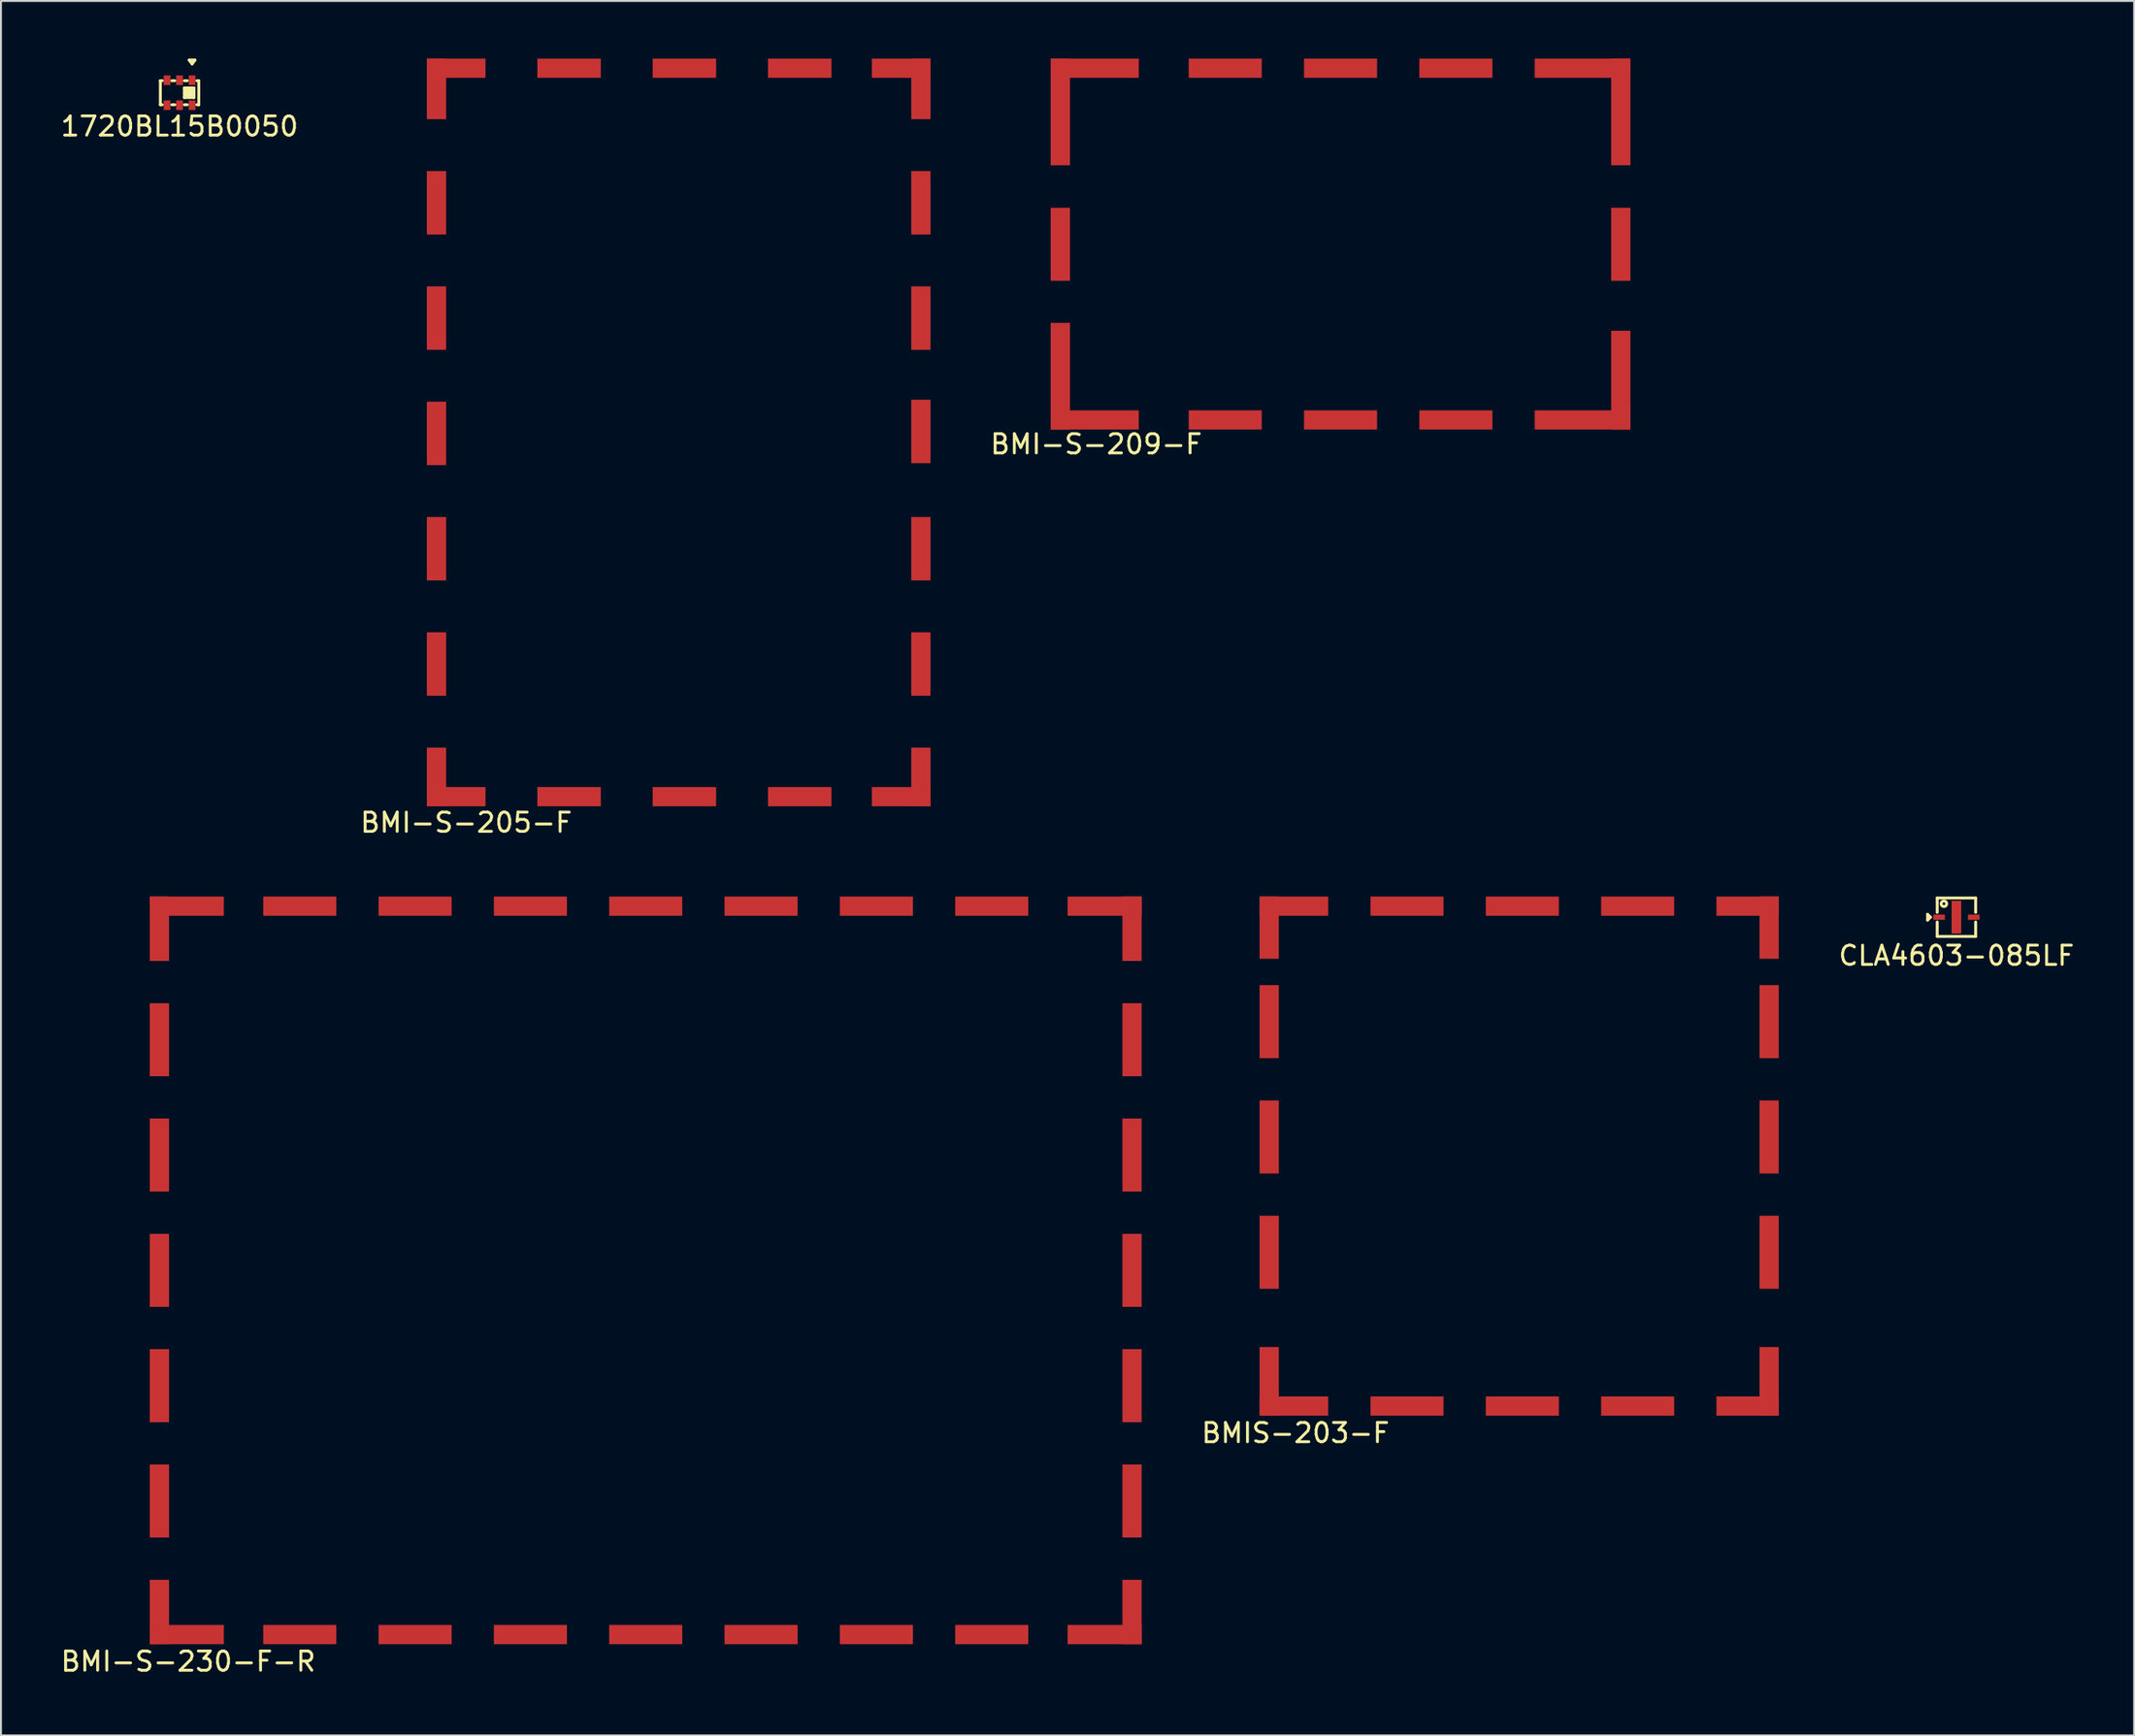
<source format=kicad_pcb>
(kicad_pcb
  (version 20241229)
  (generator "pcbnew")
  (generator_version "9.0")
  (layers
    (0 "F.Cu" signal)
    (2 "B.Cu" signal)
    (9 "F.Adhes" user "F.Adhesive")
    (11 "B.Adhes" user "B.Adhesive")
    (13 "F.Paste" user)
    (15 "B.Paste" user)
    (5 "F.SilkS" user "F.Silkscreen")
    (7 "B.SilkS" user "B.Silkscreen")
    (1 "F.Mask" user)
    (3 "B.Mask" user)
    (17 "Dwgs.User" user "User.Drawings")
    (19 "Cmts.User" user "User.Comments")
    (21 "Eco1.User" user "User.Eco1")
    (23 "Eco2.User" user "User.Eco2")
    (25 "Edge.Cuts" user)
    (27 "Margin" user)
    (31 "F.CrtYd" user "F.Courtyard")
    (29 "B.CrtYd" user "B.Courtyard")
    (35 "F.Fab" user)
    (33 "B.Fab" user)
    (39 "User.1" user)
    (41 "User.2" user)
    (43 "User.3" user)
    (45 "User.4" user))
  (footprint "BMI-S-230-F-R"
    (layer "F.Cu")
    (at 30.544 63.048)
    (property "Reference" "BMI-S-230-F-R" (at -23.8 20.35 0) (layer "F.SilkS") (effects (font (size 1 1) (thickness 0.15))))
    (attr through_hole)
    (pad "1" smd rect (at -25.3 -17.775 90) (size 3.35 1) (layers "F.Cu" "F.Mask" "F.Paste"))
    (pad "1" smd rect (at -25.3 -12 90) (size 3.8 1) (layers "F.Cu" "F.Mask" "F.Paste"))
    (pad "1" smd rect (at -25.3 -6 90) (size 3.8 1) (layers "F.Cu" "F.Mask" "F.Paste"))
    (pad "1" smd rect (at -25.3 0 90) (size 3.8 1) (layers "F.Cu" "F.Mask" "F.Paste"))
    (pad "1" smd rect (at -25.3 6 90) (size 3.8 1) (layers "F.Cu" "F.Mask" "F.Paste"))
    (pad "1" smd rect (at -25.3 12 90) (size 3.8 1) (layers "F.Cu" "F.Mask" "F.Paste"))
    (pad "1" smd rect (at -25.3 17.775 90) (size 3.35 1) (layers "F.Cu" "F.Mask" "F.Paste"))
    (pad "1" smd rect (at -23.875 -18.95) (size 3.85 1) (layers "F.Cu" "F.Mask" "F.Paste"))
    (pad "1" smd rect (at -23.875 18.95) (size 3.85 1) (layers "F.Cu" "F.Mask" "F.Paste"))
    (pad "1" smd rect (at -18 -18.95) (size 3.8 1) (layers "F.Cu" "F.Mask" "F.Paste"))
    (pad "1" smd rect (at -18 18.95) (size 3.8 1) (layers "F.Cu" "F.Mask" "F.Paste"))
    (pad "1" smd rect (at -12 -18.95) (size 3.8 1) (layers "F.Cu" "F.Mask" "F.Paste"))
    (pad "1" smd rect (at -12 18.95) (size 3.8 1) (layers "F.Cu" "F.Mask" "F.Paste"))
    (pad "1" smd rect (at -6 -18.95) (size 3.8 1) (layers "F.Cu" "F.Mask" "F.Paste"))
    (pad "1" smd rect (at -6 18.95) (size 3.8 1) (layers "F.Cu" "F.Mask" "F.Paste"))
    (pad "1" smd rect (at 0 -18.95) (size 3.8 1) (layers "F.Cu" "F.Mask" "F.Paste"))
    (pad "1" smd rect (at 0 18.95) (size 3.8 1) (layers "F.Cu" "F.Mask" "F.Paste"))
    (pad "1" smd rect (at 6 -18.95) (size 3.8 1) (layers "F.Cu" "F.Mask" "F.Paste"))
    (pad "1" smd rect (at 6 18.95) (size 3.8 1) (layers "F.Cu" "F.Mask" "F.Paste"))
    (pad "1" smd rect (at 12 -18.95) (size 3.8 1) (layers "F.Cu" "F.Mask" "F.Paste"))
    (pad "1" smd rect (at 12 18.95) (size 3.8 1) (layers "F.Cu" "F.Mask" "F.Paste"))
    (pad "1" smd rect (at 18 -18.95) (size 3.8 1) (layers "F.Cu" "F.Mask" "F.Paste"))
    (pad "1" smd rect (at 18 18.95) (size 3.8 1) (layers "F.Cu" "F.Mask" "F.Paste"))
    (pad "1" smd rect (at 23.875 -18.95) (size 3.85 1) (layers "F.Cu" "F.Mask" "F.Paste"))
    (pad "1" smd rect (at 23.875 18.95) (size 3.85 1) (layers "F.Cu" "F.Mask" "F.Paste"))
    (pad "1" smd rect (at 25.3 -17.775 90) (size 3.35 1) (layers "F.Cu" "F.Mask" "F.Paste"))
    (pad "1" smd rect (at 25.3 -12 90) (size 3.8 1) (layers "F.Cu" "F.Mask" "F.Paste"))
    (pad "1" smd rect (at 25.3 -6 90) (size 3.8 1) (layers "F.Cu" "F.Mask" "F.Paste"))
    (pad "1" smd rect (at 25.3 0 90) (size 3.8 1) (layers "F.Cu" "F.Mask" "F.Paste"))
    (pad "1" smd rect (at 25.3 6 90) (size 3.8 1) (layers "F.Cu" "F.Mask" "F.Paste"))
    (pad "1" smd rect (at 25.3 12 90) (size 3.8 1) (layers "F.Cu" "F.Mask" "F.Paste"))
    (pad "1" smd rect (at 25.3 17.775 90) (size 3.35 1) (layers "F.Cu" "F.Mask" "F.Paste")))
  (footprint "BMI-S-205-F"
    (layer "F.Cu")
    (at 32.258 19.45)
    (property "Reference" "BMI-S-205-F" (at -11.05 20.3 0) (layer "F.SilkS") (effects (font (size 1 1) (thickness 0.15))))
    (attr through_hole)
    (pad "1" smd rect (at -12.6 -17.875 90) (size 3.15 1) (layers "F.Cu" "F.Mask" "F.Paste"))
    (pad "1" smd rect (at -12.6 -11.95 90) (size 3.3 1) (layers "F.Cu" "F.Mask" "F.Paste"))
    (pad "1" smd rect (at -12.6 -5.95 90) (size 3.3 1) (layers "F.Cu" "F.Mask" "F.Paste"))
    (pad "1" smd rect (at -12.6 0.05 90) (size 3.3 1) (layers "F.Cu" "F.Mask" "F.Paste"))
    (pad "1" smd rect (at -12.6 6.05 90) (size 3.3 1) (layers "F.Cu" "F.Mask" "F.Paste"))
    (pad "1" smd rect (at -12.6 12.05 90) (size 3.3 1) (layers "F.Cu" "F.Mask" "F.Paste"))
    (pad "1" smd rect (at -12.6 17.925 90) (size 3.05 1) (layers "F.Cu" "F.Mask" "F.Paste"))
    (pad "1" smd rect (at -11.575 -18.95) (size 3.05 1) (layers "F.Cu" "F.Mask" "F.Paste"))
    (pad "1" smd rect (at -11.575 18.95) (size 3.05 1) (layers "F.Cu" "F.Mask" "F.Paste"))
    (pad "1" smd rect (at -5.7 -18.95) (size 3.3 1) (layers "F.Cu" "F.Mask" "F.Paste"))
    (pad "1" smd rect (at -5.7 18.95) (size 3.3 1) (layers "F.Cu" "F.Mask" "F.Paste"))
    (pad "1" smd rect (at 0.3 -18.95) (size 3.3 1) (layers "F.Cu" "F.Mask" "F.Paste"))
    (pad "1" smd rect (at 0.3 18.95) (size 3.3 1) (layers "F.Cu" "F.Mask" "F.Paste"))
    (pad "1" smd rect (at 6.3 -18.95) (size 3.3 1) (layers "F.Cu" "F.Mask" "F.Paste"))
    (pad "1" smd rect (at 6.3 18.95) (size 3.3 1) (layers "F.Cu" "F.Mask" "F.Paste"))
    (pad "1" smd rect (at 11.575 -18.95) (size 3.05 1) (layers "F.Cu" "F.Mask" "F.Paste"))
    (pad "1" smd rect (at 11.575 18.95) (size 3.05 1) (layers "F.Cu" "F.Mask" "F.Paste"))
    (pad "1" smd rect (at 12.6 -17.875 90) (size 3.15 1) (layers "F.Cu" "F.Mask" "F.Paste"))
    (pad "1" smd rect (at 12.6 -11.95 90) (size 3.3 1) (layers "F.Cu" "F.Mask" "F.Paste"))
    (pad "1" smd rect (at 12.6 -5.95 90) (size 3.3 1) (layers "F.Cu" "F.Mask" "F.Paste"))
    (pad "1" smd rect (at 12.6 -0.05 90) (size 3.3 1) (layers "F.Cu" "F.Mask" "F.Paste"))
    (pad "1" smd rect (at 12.6 6.05 90) (size 3.3 1) (layers "F.Cu" "F.Mask" "F.Paste"))
    (pad "1" smd rect (at 12.6 12.05 90) (size 3.3 1) (layers "F.Cu" "F.Mask" "F.Paste"))
    (pad "1" smd rect (at 12.6 17.925 90) (size 3.05 1) (layers "F.Cu" "F.Mask" "F.Paste")))
  (footprint "BMIS-203-F"
    (layer "F.Cu")
    (at 76.15 56.108)
    (property "Reference" "BMIS-203-F" (at -11.8 15.4 0) (layer "F.SilkS") (effects (font (size 1 1) (thickness 0.15))))
    (attr through_hole)
    (pad "1" smd rect (at -13.17 -10.89 90) (size 3.24 1) (layers "F.Cu" "F.Mask" "F.Paste"))
    (pad "1" smd rect (at -13.17 -6 90) (size 3.8 1) (layers "F.Cu" "F.Mask" "F.Paste"))
    (pad "1" smd rect (at -13.17 0 90) (size 3.8 1) (layers "F.Cu" "F.Mask" "F.Paste"))
    (pad "1" smd rect (at -13.17 6 90) (size 3.8 1) (layers "F.Cu" "F.Mask" "F.Paste"))
    (pad "1" smd rect (at -13.17 12.715 90) (size 3.57 1) (layers "F.Cu" "F.Mask" "F.Paste"))
    (pad "1" smd rect (at -11.885 -12.01) (size 3.57 1) (layers "F.Cu" "F.Mask" "F.Paste"))
    (pad "1" smd rect (at -11.885 14) (size 3.57 1) (layers "F.Cu" "F.Mask" "F.Paste"))
    (pad "1" smd rect (at -6 -12.01) (size 3.8 1) (layers "F.Cu" "F.Mask" "F.Paste"))
    (pad "1" smd rect (at -6 14) (size 3.8 1) (layers "F.Cu" "F.Mask" "F.Paste"))
    (pad "1" smd rect (at 0 -12.01) (size 3.8 1) (layers "F.Cu" "F.Mask" "F.Paste"))
    (pad "1" smd rect (at 0 14) (size 3.8 1) (layers "F.Cu" "F.Mask" "F.Paste"))
    (pad "1" smd rect (at 6 -12.01) (size 3.8 1) (layers "F.Cu" "F.Mask" "F.Paste"))
    (pad "1" smd rect (at 6 14) (size 3.8 1) (layers "F.Cu" "F.Mask" "F.Paste"))
    (pad "1" smd rect (at 11.72 -12.01) (size 3.24 1) (layers "F.Cu" "F.Mask" "F.Paste"))
    (pad "1" smd rect (at 11.72 14) (size 3.24 1) (layers "F.Cu" "F.Mask" "F.Paste"))
    (pad "1" smd rect (at 12.84 -10.89 90) (size 3.24 1) (layers "F.Cu" "F.Mask" "F.Paste"))
    (pad "1" smd rect (at 12.84 -6 90) (size 3.8 1) (layers "F.Cu" "F.Mask" "F.Paste"))
    (pad "1" smd rect (at 12.84 0 90) (size 3.8 1) (layers "F.Cu" "F.Mask" "F.Paste"))
    (pad "1" smd rect (at 12.84 6 90) (size 3.8 1) (layers "F.Cu" "F.Mask" "F.Paste"))
    (pad "1" smd rect (at 12.84 12.715 90) (size 3.57 1) (layers "F.Cu" "F.Mask" "F.Paste")))
  (footprint "1720BL15B0050"
    (layer "F.Cu")
    (at 6.292 1.775)
    (property "Reference" "1720BL15B0050" (at 0 1.75 0) (layer "F.SilkS") (effects (font (size 1 1) (thickness 0.15))))
    (attr smd)
    (fp_line (start -1 -0.625) (end -0.9 -0.625) (stroke (width 0.15) (type solid)) (layer "F.SilkS"))
    (fp_line (start -1 0.625) (end -1 -0.625) (stroke (width 0.15) (type solid)) (layer "F.SilkS"))
    (fp_line (start -0.9 0.625) (end -1 0.625) (stroke (width 0.15) (type solid)) (layer "F.SilkS"))
    (fp_line (start -0.4 -0.625) (end -0.25 -0.625) (stroke (width 0.15) (type solid)) (layer "F.SilkS"))
    (fp_line (start -0.4 0.625) (end -0.25 0.625) (stroke (width 0.15) (type solid)) (layer "F.SilkS"))
    (fp_line (start 0.25 -0.625) (end 0.4 -0.625) (stroke (width 0.15) (type solid)) (layer "F.SilkS"))
    (fp_line (start 0.25 -0.25) (end 0.25 0.25) (stroke (width 0.15) (type solid)) (layer "F.SilkS"))
    (fp_line (start 0.25 0.25) (end 0.75 0.25) (stroke (width 0.15) (type solid)) (layer "F.SilkS"))
    (fp_line (start 0.25 0.625) (end 0.4 0.625) (stroke (width 0.15) (type solid)) (layer "F.SilkS"))
    (fp_line (start 0.35 -0.2) (end 0.35 0.15) (stroke (width 0.15) (type solid)) (layer "F.SilkS"))
    (fp_line (start 0.35 0.15) (end 0.65 0.15) (stroke (width 0.15) (type solid)) (layer "F.SilkS"))
    (fp_line (start 0.45 -0.15) (end 0.45 0.05) (stroke (width 0.15) (type solid)) (layer "F.SilkS"))
    (fp_line (start 0.45 0.05) (end 0.55 0.05) (stroke (width 0.15) (type solid)) (layer "F.SilkS"))
    (fp_line (start 0.5 -1.7) (end 0.8 -1.7) (stroke (width 0.15) (type solid)) (layer "F.SilkS"))
    (fp_line (start 0.55 0.05) (end 0.55 -0.1) (stroke (width 0.15) (type solid)) (layer "F.SilkS"))
    (fp_line (start 0.65 -1.5) (end 0.5 -1.7) (stroke (width 0.15) (type solid)) (layer "F.SilkS"))
    (fp_line (start 0.65 -0.15) (end 0.45 -0.15) (stroke (width 0.15) (type solid)) (layer "F.SilkS"))
    (fp_line (start 0.65 0.15) (end 0.65 -0.15) (stroke (width 0.15) (type solid)) (layer "F.SilkS"))
    (fp_line (start 0.75 -0.25) (end 0.25 -0.25) (stroke (width 0.15) (type solid)) (layer "F.SilkS"))
    (fp_line (start 0.75 0.25) (end 0.75 -0.25) (stroke (width 0.15) (type solid)) (layer "F.SilkS"))
    (fp_line (start 0.8 -1.7) (end 0.65 -1.5) (stroke (width 0.15) (type solid)) (layer "F.SilkS"))
    (fp_line (start 0.9 -0.625) (end 1 -0.625) (stroke (width 0.15) (type solid)) (layer "F.SilkS"))
    (fp_line (start 1 -0.625) (end 1 0.625) (stroke (width 0.15) (type solid)) (layer "F.SilkS"))
    (fp_line (start 1 0.625) (end 0.9 0.625) (stroke (width 0.15) (type solid)) (layer "F.SilkS"))
    (pad "1" smd rect (at 0.65 -0.65) (size 0.35 0.5) (layers "F.Cu" "F.Mask" "F.Paste"))
    (pad "2" smd rect (at 0 -0.65) (size 0.35 0.5) (layers "F.Cu" "F.Mask" "F.Paste"))
    (pad "3" smd rect (at -0.65 -0.65) (size 0.35 0.5) (layers "F.Cu" "F.Mask" "F.Paste"))
    (pad "4" smd rect (at -0.65 0.65) (size 0.35 0.5) (layers "F.Cu" "F.Mask" "F.Paste"))
    (pad "5" smd rect (at 0 0.65) (size 0.35 0.5) (layers "F.Cu" "F.Mask" "F.Paste"))
    (pad "6" smd rect (at 0.65 0.65) (size 0.35 0.5) (layers "F.Cu" "F.Mask" "F.Paste")))
  (footprint "BMI-S-209-F"
    (layer "F.Cu")
    (at 66.683 9.66)
    (property "Reference" "BMI-S-209-F" (at -12.7 10.4 0) (layer "F.SilkS") (effects (font (size 1 1) (thickness 0.15))))
    (attr through_hole)
    (pad "1" smd rect (at -14.57 -6.885 90) (size 5.55 1) (layers "F.Cu" "F.Mask" "F.Paste"))
    (pad "1" smd rect (at -14.57 0 90) (size 3.8 1) (layers "F.Cu" "F.Mask" "F.Paste"))
    (pad "1" smd rect (at -14.57 6.865 90) (size 5.55 1) (layers "F.Cu" "F.Mask" "F.Paste"))
    (pad "1" smd rect (at -12.78 -9.16) (size 4.58 1) (layers "F.Cu" "F.Mask" "F.Paste"))
    (pad "1" smd rect (at -12.78 9.14) (size 4.58 1) (layers "F.Cu" "F.Mask" "F.Paste"))
    (pad "1" smd rect (at -5.99 -9.16) (size 3.8 1) (layers "F.Cu" "F.Mask" "F.Paste"))
    (pad "1" smd rect (at -5.99 9.14) (size 3.8 1) (layers "F.Cu" "F.Mask" "F.Paste"))
    (pad "1" smd rect (at 0.01 -9.16) (size 3.8 1) (layers "F.Cu" "F.Mask" "F.Paste"))
    (pad "1" smd rect (at 0.01 9.14) (size 3.8 1) (layers "F.Cu" "F.Mask" "F.Paste"))
    (pad "1" smd rect (at 6.01 -9.16) (size 3.8 1) (layers "F.Cu" "F.Mask" "F.Paste"))
    (pad "1" smd rect (at 6.01 9.14) (size 3.8 1) (layers "F.Cu" "F.Mask" "F.Paste"))
    (pad "1" smd rect (at 12.6 -9.16) (size 4.98 1) (layers "F.Cu" "F.Mask" "F.Paste"))
    (pad "1" smd rect (at 12.6 9.14) (size 4.98 1) (layers "F.Cu" "F.Mask" "F.Paste"))
    (pad "1" smd rect (at 14.59 -6.885 90) (size 5.55 1) (layers "F.Cu" "F.Mask" "F.Paste"))
    (pad "1" smd rect (at 14.59 0 90) (size 3.8 1) (layers "F.Cu" "F.Mask" "F.Paste"))
    (pad "1" smd rect (at 14.59 7.07 90) (size 5.14 1) (layers "F.Cu" "F.Mask" "F.Paste")))
  (footprint "CLA4603-085LF"
    (layer "F.Cu")
    (at 98.734 44.673)
    (property "Reference" "CLA4603-085LF" (at 0 2 0) (layer "F.SilkS") (effects (font (size 1 1) (thickness 0.15))))
    (attr through_hole)
    (fp_line (start -1.5 -0.15) (end -1.5 0.15) (stroke (width 0.15) (type solid)) (layer "F.SilkS"))
    (fp_line (start -1.5 0.15) (end -1.35 0) (stroke (width 0.15) (type solid)) (layer "F.SilkS"))
    (fp_line (start -1.35 0) (end -1.5 -0.15) (stroke (width 0.15) (type solid)) (layer "F.SilkS"))
    (fp_line (start -1 -1) (end 1 -1) (stroke (width 0.15) (type solid)) (layer "F.SilkS"))
    (fp_line (start -1 -0.25) (end -1 -1) (stroke (width 0.15) (type solid)) (layer "F.SilkS"))
    (fp_line (start -1 1) (end -1 0.25) (stroke (width 0.15) (type solid)) (layer "F.SilkS"))
    (fp_line (start 1 -1) (end 1 -0.25) (stroke (width 0.15) (type solid)) (layer "F.SilkS"))
    (fp_line (start 1 0.25) (end 1 1) (stroke (width 0.15) (type solid)) (layer "F.SilkS"))
    (fp_line (start 1 1) (end -1 1) (stroke (width 0.15) (type solid)) (layer "F.SilkS"))
    (fp_circle (center -0.65 -0.7) (end -0.6 -0.75) (stroke (width 0.15) (type solid)) (fill no) (layer "F.SilkS"))
    (pad "1" smd rect (at -0.9 0) (size 0.6 0.27) (layers "F.Cu" "F.Mask" "F.Paste"))
    (pad "2" smd rect (at 0 0) (size 0.5 1.7) (layers "F.Cu" "F.Mask" "F.Paste"))
    (pad "3" smd rect (at 0.9 0) (size 0.6 0.27) (layers "F.Cu" "F.Mask" "F.Paste")))
  (gr_rect
    (start -3 -3)
    (end 107.978 87.246)
    (stroke (width 0.1) (type default))
    (fill no)
    (layer "Edge.Cuts")))
</source>
